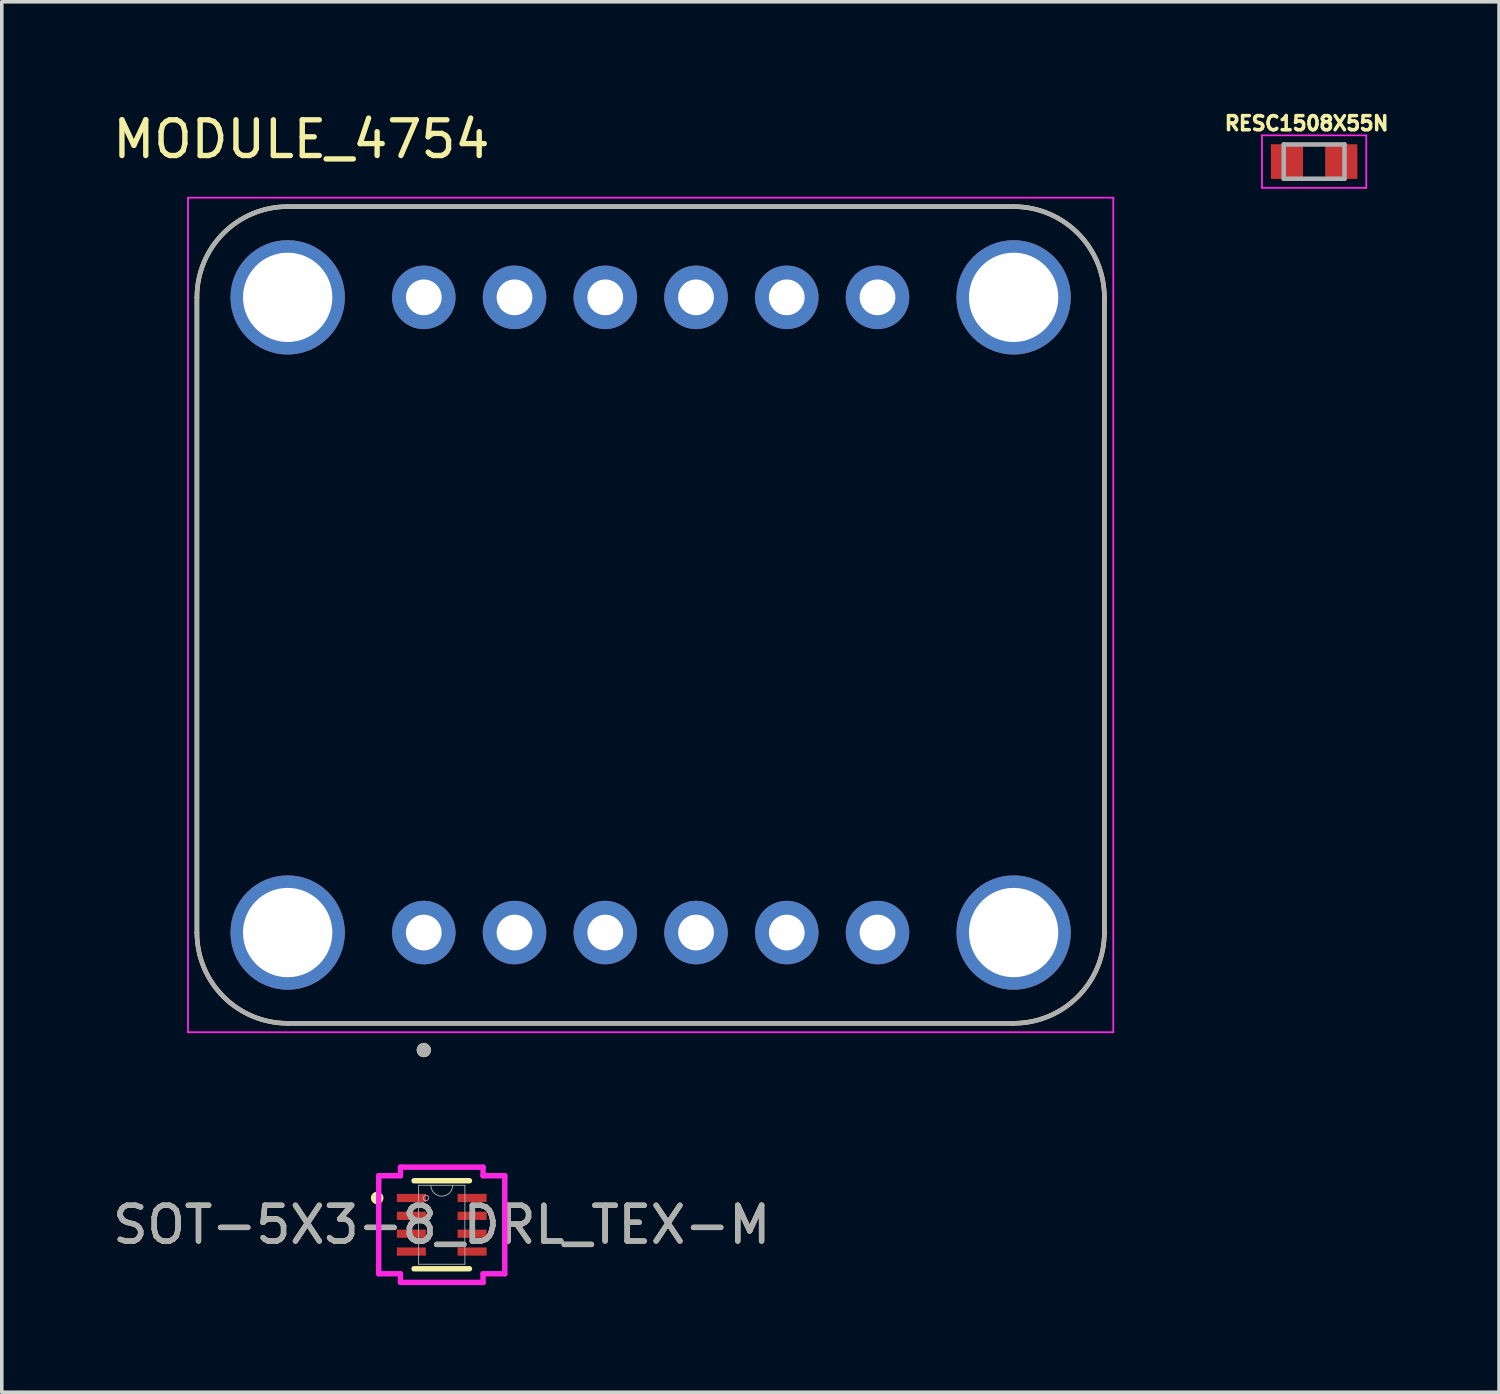
<source format=kicad_pcb>
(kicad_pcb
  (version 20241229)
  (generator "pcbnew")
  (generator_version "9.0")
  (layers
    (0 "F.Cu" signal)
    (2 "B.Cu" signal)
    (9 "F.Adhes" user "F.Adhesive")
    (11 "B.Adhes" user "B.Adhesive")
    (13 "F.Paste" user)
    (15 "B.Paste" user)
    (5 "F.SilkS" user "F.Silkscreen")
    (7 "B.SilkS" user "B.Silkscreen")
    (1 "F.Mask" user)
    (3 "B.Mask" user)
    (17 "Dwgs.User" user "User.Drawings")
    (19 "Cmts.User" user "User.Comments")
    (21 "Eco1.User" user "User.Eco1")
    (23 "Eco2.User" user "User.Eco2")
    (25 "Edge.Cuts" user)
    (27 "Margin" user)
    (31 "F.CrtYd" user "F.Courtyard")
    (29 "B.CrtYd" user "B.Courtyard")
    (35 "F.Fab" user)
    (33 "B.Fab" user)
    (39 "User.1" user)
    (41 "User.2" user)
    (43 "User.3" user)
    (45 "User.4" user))
  (footprint "SOT-5X3-8_DRL_TEX-M"
    (layer "F.Cu")
    (at 9.315 31.232)
    (property "Reference" "SOT-5X3-8_DRL_TEX-M" (at 0 0 0) (unlocked yes) (layer "F.SilkS") (effects (font (size 1 1) (thickness 0.15))))
    (attr smd)
    (fp_line (start -0.775 1.232) (end 0.775 1.232) (stroke (width 0.152) (type solid)) (layer "F.SilkS"))
    (fp_line (start 0.775 -1.232) (end -0.775 -1.232) (stroke (width 0.152) (type solid)) (layer "F.SilkS"))
    (fp_circle (center -1.807 -0.75) (end -1.706 -0.75) (stroke (width 0.152) (type solid)) (fill no) (layer "F.SilkS"))
    (fp_line (start -1.764 -1.372) (end -1.156 -1.372) (stroke (width 0.152) (type solid)) (layer "F.CrtYd"))
    (fp_line (start -1.764 1.372) (end -1.764 -1.372) (stroke (width 0.152) (type solid)) (layer "F.CrtYd"))
    (fp_line (start -1.764 1.372) (end -1.156 1.372) (stroke (width 0.152) (type solid)) (layer "F.CrtYd"))
    (fp_line (start -1.156 -1.613) (end 1.156 -1.613) (stroke (width 0.152) (type solid)) (layer "F.CrtYd"))
    (fp_line (start -1.156 -1.372) (end -1.156 -1.613) (stroke (width 0.152) (type solid)) (layer "F.CrtYd"))
    (fp_line (start -1.156 1.613) (end -1.156 1.372) (stroke (width 0.152) (type solid)) (layer "F.CrtYd"))
    (fp_line (start 1.156 -1.613) (end 1.156 -1.372) (stroke (width 0.152) (type solid)) (layer "F.CrtYd"))
    (fp_line (start 1.156 1.372) (end 1.156 1.613) (stroke (width 0.152) (type solid)) (layer "F.CrtYd"))
    (fp_line (start 1.156 1.613) (end -1.156 1.613) (stroke (width 0.152) (type solid)) (layer "F.CrtYd"))
    (fp_line (start 1.764 -1.372) (end 1.156 -1.372) (stroke (width 0.152) (type solid)) (layer "F.CrtYd"))
    (fp_line (start 1.764 -1.372) (end 1.764 1.372) (stroke (width 0.152) (type solid)) (layer "F.CrtYd"))
    (fp_line (start 1.764 1.372) (end 1.156 1.372) (stroke (width 0.152) (type solid)) (layer "F.CrtYd"))
    (fp_line (start -0.648 -1.105) (end -0.648 1.105) (stroke (width 0.025) (type solid)) (layer "F.Fab"))
    (fp_line (start -0.648 1.105) (end 0.648 1.105) (stroke (width 0.025) (type solid)) (layer "F.Fab"))
    (fp_line (start 0.648 -1.105) (end -0.648 -1.105) (stroke (width 0.025) (type solid)) (layer "F.Fab"))
    (fp_line (start 0.648 1.105) (end 0.648 -1.105) (stroke (width 0.025) (type solid)) (layer "F.Fab"))
    (fp_arc (start 0.3048 -1.1049) (mid 0 -0.8001) (end -0.3048 -1.1049) (stroke (width 0.0254) (type solid)) (layer "F.Fab"))
    (fp_circle (center -0.444 -0.75) (end -0.367 -0.75) (stroke (width 0.025) (type solid)) (fill no) (layer "F.Fab"))
    (fp_text user "${REFERENCE}" (at 0 0 0) (unlocked yes) (layer "F.Fab") (effects (font (size 1 1) (thickness 0.15))))
    (pad "1" smd rect (at -0.85 -0.75) (size 0.813 0.229) (layers "F.Cu" "F.Mask" "F.Paste"))
    (pad "2" smd rect (at -0.85 -0.25) (size 0.813 0.229) (layers "F.Cu" "F.Mask" "F.Paste"))
    (pad "3" smd rect (at -0.85 0.25) (size 0.813 0.229) (layers "F.Cu" "F.Mask" "F.Paste"))
    (pad "4" smd rect (at -0.85 0.75) (size 0.813 0.229) (layers "F.Cu" "F.Mask" "F.Paste"))
    (pad "5" smd rect (at 0.85 0.75) (size 0.813 0.229) (layers "F.Cu" "F.Mask" "F.Paste"))
    (pad "6" smd rect (at 0.85 0.25) (size 0.813 0.229) (layers "F.Cu" "F.Mask" "F.Paste"))
    (pad "7" smd rect (at 0.85 -0.25) (size 0.813 0.229) (layers "F.Cu" "F.Mask" "F.Paste"))
    (pad "8" smd rect (at 0.85 -0.75) (size 0.813 0.229) (layers "F.Cu" "F.Mask" "F.Paste")))
  (footprint "MODULE_4754"
    (layer "F.Cu")
    (at 15.162 14.163)
    (property "Reference" "MODULE_4754" (at -9.775 -13.315 0) (layer "F.SilkS") (effects (font (size 1 1) (thickness 0.15))))
    (attr through_hole)
    (fp_line (start -12.7 -8.89) (end -12.7 8.89) (stroke (width 0.127) (type solid)) (layer "F.SilkS"))
    (fp_line (start -10.16 11.43) (end 10.16 11.43) (stroke (width 0.127) (type solid)) (layer "F.SilkS"))
    (fp_line (start 10.16 -11.43) (end -10.16 -11.43) (stroke (width 0.127) (type solid)) (layer "F.SilkS"))
    (fp_line (start 12.7 8.89) (end 12.7 -8.89) (stroke (width 0.127) (type solid)) (layer "F.SilkS"))
    (fp_arc (start -12.7 -8.89) (mid -11.956051 -10.686051) (end -10.16 -11.43) (stroke (width 0.127) (type solid)) (layer "F.SilkS"))
    (fp_arc (start -10.16 11.43) (mid -11.956051 10.686051) (end -12.7 8.89) (stroke (width 0.127) (type solid)) (layer "F.SilkS"))
    (fp_arc (start 10.16 -11.43) (mid 11.956051 -10.686051) (end 12.7 -8.89) (stroke (width 0.127) (type solid)) (layer "F.SilkS"))
    (fp_arc (start 12.7 8.89) (mid 11.956051 10.686051) (end 10.16 11.43) (stroke (width 0.127) (type solid)) (layer "F.SilkS"))
    (fp_circle (center -6.35 12.18) (end -6.25 12.18) (stroke (width 0.2) (type solid)) (fill no) (layer "F.SilkS"))
    (fp_line (start -12.95 -11.68) (end -12.95 11.68) (stroke (width 0.05) (type solid)) (layer "F.CrtYd"))
    (fp_line (start -12.95 11.68) (end 12.95 11.68) (stroke (width 0.05) (type solid)) (layer "F.CrtYd"))
    (fp_line (start 12.95 -11.68) (end -12.95 -11.68) (stroke (width 0.05) (type solid)) (layer "F.CrtYd"))
    (fp_line (start 12.95 11.68) (end 12.95 -11.68) (stroke (width 0.05) (type solid)) (layer "F.CrtYd"))
    (fp_line (start -12.7 -8.89) (end -12.7 8.89) (stroke (width 0.127) (type solid)) (layer "F.Fab"))
    (fp_line (start -10.16 11.43) (end 10.16 11.43) (stroke (width 0.127) (type solid)) (layer "F.Fab"))
    (fp_line (start 10.16 -11.43) (end -10.16 -11.43) (stroke (width 0.127) (type solid)) (layer "F.Fab"))
    (fp_line (start 12.7 8.89) (end 12.7 -8.89) (stroke (width 0.127) (type solid)) (layer "F.Fab"))
    (fp_arc (start -12.7 -8.89) (mid -11.956051 -10.686051) (end -10.16 -11.43) (stroke (width 0.127) (type solid)) (layer "F.Fab"))
    (fp_arc (start -10.16 11.43) (mid -11.956051 10.686051) (end -12.7 8.89) (stroke (width 0.127) (type solid)) (layer "F.Fab"))
    (fp_arc (start 10.16 -11.43) (mid 11.956051 -10.686051) (end 12.7 -8.89) (stroke (width 0.127) (type solid)) (layer "F.Fab"))
    (fp_arc (start 12.7 8.89) (mid 11.956051 10.686051) (end 10.16 11.43) (stroke (width 0.127) (type solid)) (layer "F.Fab"))
    (fp_circle (center -6.35 12.18) (end -6.25 12.18) (stroke (width 0.2) (type solid)) (fill no) (layer "F.Fab"))
    (pad "JP1_1" thru_hole circle (at -6.35 8.89) (size 1.778 1.778) (drill 1) (layers "*.Cu" "*.Mask"))
    (pad "JP1_2" thru_hole circle (at -3.81 8.89) (size 1.778 1.778) (drill 1) (layers "*.Cu" "*.Mask"))
    (pad "JP1_3" thru_hole circle (at -1.27 8.89) (size 1.778 1.778) (drill 1) (layers "*.Cu" "*.Mask"))
    (pad "JP1_4" thru_hole circle (at 1.27 8.89) (size 1.778 1.778) (drill 1) (layers "*.Cu" "*.Mask"))
    (pad "JP1_5" thru_hole circle (at 3.81 8.89) (size 1.778 1.778) (drill 1) (layers "*.Cu" "*.Mask"))
    (pad "JP1_6" thru_hole circle (at 6.35 8.89) (size 1.778 1.778) (drill 1) (layers "*.Cu" "*.Mask"))
    (pad "JP2_1" thru_hole circle (at -6.35 -8.89) (size 1.778 1.778) (drill 1) (layers "*.Cu" "*.Mask"))
    (pad "JP2_2" thru_hole circle (at -3.81 -8.89) (size 1.778 1.778) (drill 1) (layers "*.Cu" "*.Mask"))
    (pad "JP2_3" thru_hole circle (at -1.27 -8.89) (size 1.778 1.778) (drill 1) (layers "*.Cu" "*.Mask"))
    (pad "JP2_4" thru_hole circle (at 1.27 -8.89) (size 1.778 1.778) (drill 1) (layers "*.Cu" "*.Mask"))
    (pad "JP2_5" thru_hole circle (at 3.81 -8.89) (size 1.778 1.778) (drill 1) (layers "*.Cu" "*.Mask"))
    (pad "JP2_6" thru_hole circle (at 6.35 -8.89) (size 1.778 1.778) (drill 1) (layers "*.Cu" "*.Mask"))
    (pad "P1" thru_hole circle (at -10.16 -8.89) (size 3.2 3.2) (drill 2.5) (layers "*.Cu" "*.Mask"))
    (pad "P2" thru_hole circle (at 10.16 -8.89) (size 3.2 3.2) (drill 2.5) (layers "*.Cu" "*.Mask"))
    (pad "P3" thru_hole circle (at -10.16 8.89) (size 3.2 3.2) (drill 2.5) (layers "*.Cu" "*.Mask"))
    (pad "P4" thru_hole circle (at 10.16 8.89) (size 3.2 3.2) (drill 2.5) (layers "*.Cu" "*.Mask")))
  (footprint "RESC1508X55N"
    (layer "F.Cu")
    (at 33.733 1.473)
    (property "Reference" "RESC1508X55N" (at -0.21 -1.07 0) (layer "F.SilkS") (effects (font (size 0.394 0.394) (thickness 0.15))))
    (attr smd)
    (fp_line (start -1.46 -0.735) (end 1.46 -0.735) (stroke (width 0.05) (type solid)) (layer "F.CrtYd"))
    (fp_line (start -1.46 0.735) (end -1.46 -0.735) (stroke (width 0.05) (type solid)) (layer "F.CrtYd"))
    (fp_line (start -1.46 0.735) (end 1.46 0.735) (stroke (width 0.05) (type solid)) (layer "F.CrtYd"))
    (fp_line (start 1.46 0.735) (end 1.46 -0.735) (stroke (width 0.05) (type solid)) (layer "F.CrtYd"))
    (fp_line (start -0.85 0.48) (end -0.85 -0.48) (stroke (width 0.127) (type solid)) (layer "F.Fab"))
    (fp_line (start 0.85 -0.48) (end -0.85 -0.48) (stroke (width 0.127) (type solid)) (layer "F.Fab"))
    (fp_line (start 0.85 0.48) (end -0.85 0.48) (stroke (width 0.127) (type solid)) (layer "F.Fab"))
    (fp_line (start 0.85 0.48) (end 0.85 -0.48) (stroke (width 0.127) (type solid)) (layer "F.Fab"))
    (pad "1" smd rect (at -0.76 0) (size 0.9 0.97) (layers "F.Cu" "F.Mask" "F.Paste"))
    (pad "2" smd rect (at 0.76 0) (size 0.9 0.97) (layers "F.Cu" "F.Mask" "F.Paste")))
  (gr_rect
    (start -3 -3)
    (end 38.909 35.921)
    (stroke (width 0.1) (type default))
    (fill no)
    (layer "Edge.Cuts")))
</source>
